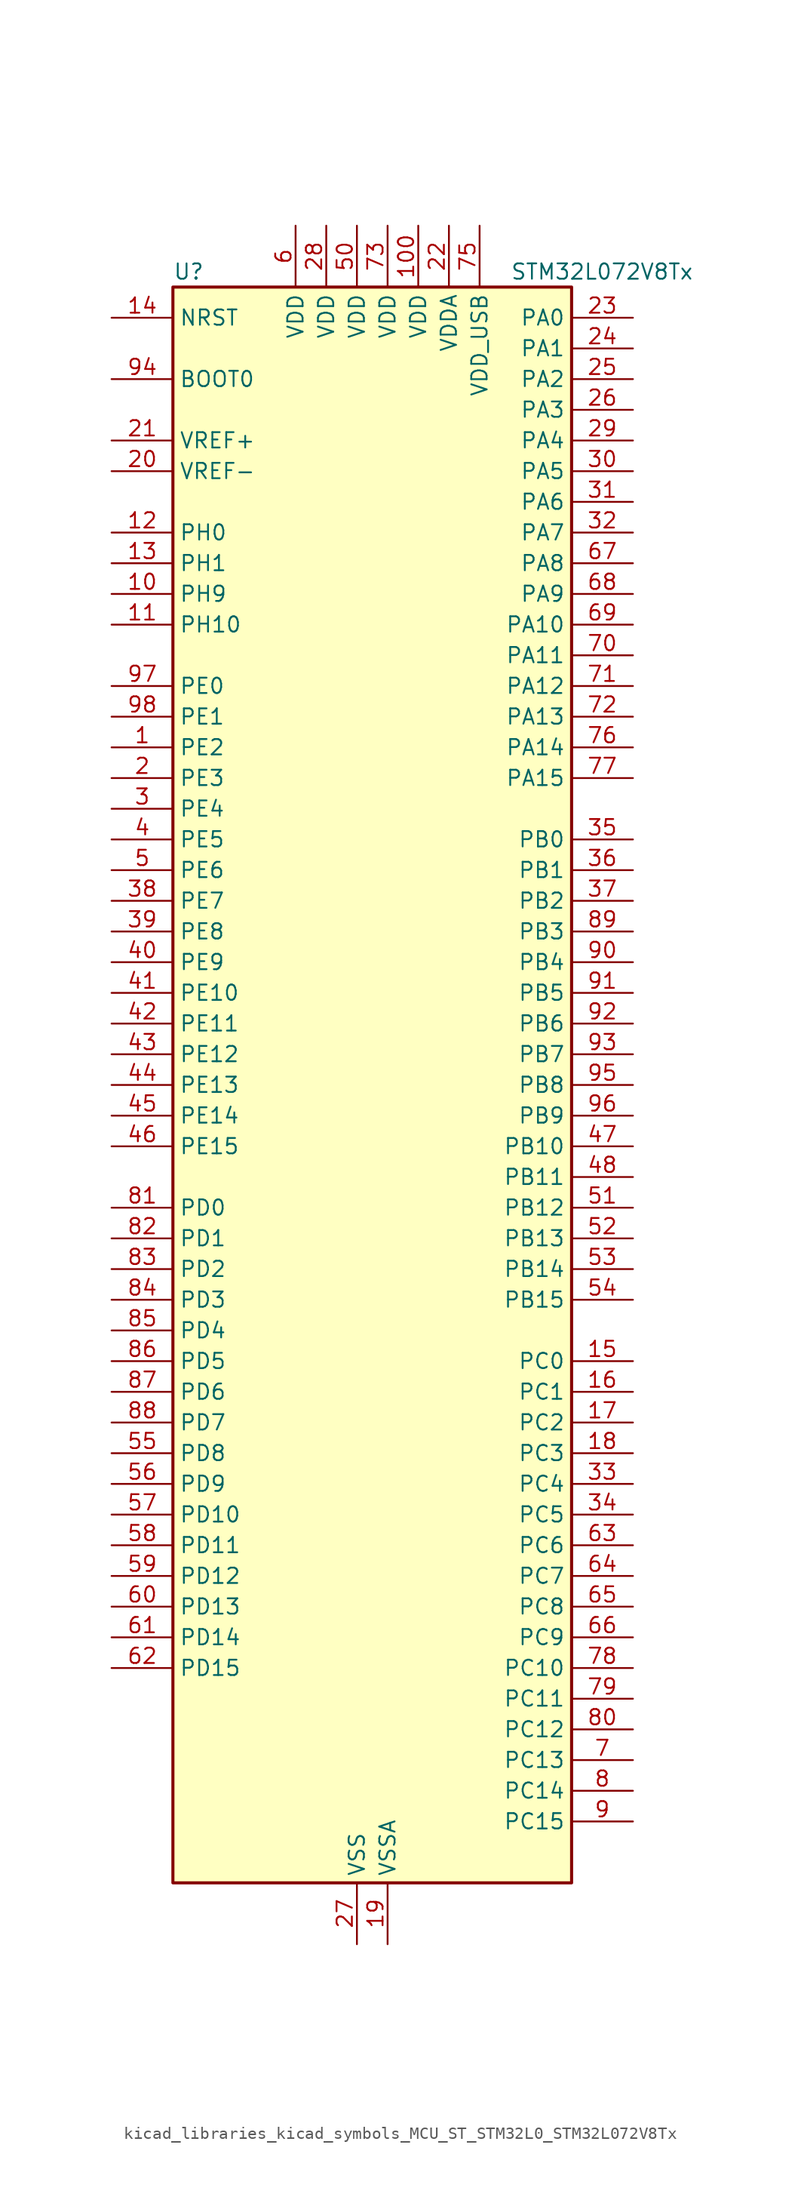
<source format=kicad_sym>
(kicad_symbol_lib
  (version 20220914)
  (generator kicad_symbol_editor)
  (symbol "kicad_libraries_kicad_symbols_MCU_ST_STM32L0_STM32L072V8Tx"
    (property "Reference" "U"
      (at -15.24 67.31 0)
      (effects (font (size 1.27 1.27)) (justify left)))
    (property "Value" "STM32L072V8Tx"
      (at 12.7 67.31 0)
      (effects (font (size 1.27 1.27)) (justify left)))
    (property "ki_locked" ""
      (at 0 0 0)
      (effects (font (size 1.27 1.27))))
    (symbol "kicad_libraries_kicad_symbols_MCU_ST_STM32L0_STM32L072V8Tx_0_1"
      (rectangle (start -15.24 -66.04) (end 17.78 66.04) (stroke (width 0.254) (type default)) (fill (type background))))
    (symbol "kicad_libraries_kicad_symbols_MCU_ST_STM32L0_STM32L072V8Tx_1_1"
      (pin bidirectional line (at -20.32 27.94 0) (length 5.08) (name "PE2" (effects (font (size 1.27 1.27)))) (number "1" (effects (font (size 1.27 1.27)))) (alternate "TIM3_ETR" bidirectional line))
      (pin bidirectional line (at -20.32 40.64 0) (length 5.08) (name "PH9" (effects (font (size 1.27 1.27)))) (number "10" (effects (font (size 1.27 1.27)))) (alternate "DAC_EXTI9" bidirectional line))
      (pin power_in line (at 5.08 71.12 270) (length 5.08) (name "VDD" (effects (font (size 1.27 1.27)))) (number "100" (effects (font (size 1.27 1.27)))))
      (pin bidirectional line (at -20.32 38.1 0) (length 5.08) (name "PH10" (effects (font (size 1.27 1.27)))) (number "11" (effects (font (size 1.27 1.27)))))
      (pin bidirectional line (at -20.32 45.72 0) (length 5.08) (name "PH0" (effects (font (size 1.27 1.27)))) (number "12" (effects (font (size 1.27 1.27)))) (alternate "CRS_SYNC" bidirectional line) (alternate "RCC_OSC_IN" bidirectional line))
      (pin bidirectional line (at -20.32 43.18 0) (length 5.08) (name "PH1" (effects (font (size 1.27 1.27)))) (number "13" (effects (font (size 1.27 1.27)))) (alternate "RCC_OSC_OUT" bidirectional line))
      (pin input line (at -20.32 63.5 0) (length 5.08) (name "NRST" (effects (font (size 1.27 1.27)))) (number "14" (effects (font (size 1.27 1.27)))))
      (pin bidirectional line (at 22.86 -22.86 180) (length 5.08) (name "PC0" (effects (font (size 1.27 1.27)))) (number "15" (effects (font (size 1.27 1.27)))) (alternate "ADC_IN10" bidirectional line) (alternate "I2C3_SCL" bidirectional line) (alternate "LPTIM1_IN1" bidirectional line) (alternate "LPUART1_RX" bidirectional line) (alternate "TSC_G7_IO1" bidirectional line))
      (pin bidirectional line (at 22.86 -25.4 180) (length 5.08) (name "PC1" (effects (font (size 1.27 1.27)))) (number "16" (effects (font (size 1.27 1.27)))) (alternate "ADC_IN11" bidirectional line) (alternate "I2C3_SDA" bidirectional line) (alternate "LPTIM1_OUT" bidirectional line) (alternate "LPUART1_TX" bidirectional line) (alternate "TSC_G7_IO2" bidirectional line))
      (pin bidirectional line (at 22.86 -27.94 180) (length 5.08) (name "PC2" (effects (font (size 1.27 1.27)))) (number "17" (effects (font (size 1.27 1.27)))) (alternate "ADC_IN12" bidirectional line) (alternate "I2S2_MCK" bidirectional line) (alternate "LPTIM1_IN2" bidirectional line) (alternate "SPI2_MISO" bidirectional line) (alternate "TSC_G7_IO3" bidirectional line))
      (pin bidirectional line (at 22.86 -30.48 180) (length 5.08) (name "PC3" (effects (font (size 1.27 1.27)))) (number "18" (effects (font (size 1.27 1.27)))) (alternate "ADC_IN13" bidirectional line) (alternate "I2S2_SD" bidirectional line) (alternate "LPTIM1_ETR" bidirectional line) (alternate "SPI2_MOSI" bidirectional line) (alternate "TSC_G7_IO4" bidirectional line))
      (pin power_in line (at 2.54 -71.12 90) (length 5.08) (name "VSSA" (effects (font (size 1.27 1.27)))) (number "19" (effects (font (size 1.27 1.27)))))
      (pin bidirectional line (at -20.32 25.4 0) (length 5.08) (name "PE3" (effects (font (size 1.27 1.27)))) (number "2" (effects (font (size 1.27 1.27)))) (alternate "TIM22_CH1" bidirectional line) (alternate "TIM3_CH1" bidirectional line))
      (pin input line (at -20.32 50.8 0) (length 5.08) (name "VREF-" (effects (font (size 1.27 1.27)))) (number "20" (effects (font (size 1.27 1.27)))))
      (pin input line (at -20.32 53.34 0) (length 5.08) (name "VREF+" (effects (font (size 1.27 1.27)))) (number "21" (effects (font (size 1.27 1.27)))))
      (pin power_in line (at 7.62 71.12 270) (length 5.08) (name "VDDA" (effects (font (size 1.27 1.27)))) (number "22" (effects (font (size 1.27 1.27)))))
      (pin bidirectional line (at 22.86 63.5 180) (length 5.08) (name "PA0" (effects (font (size 1.27 1.27)))) (number "23" (effects (font (size 1.27 1.27)))) (alternate "ADC_IN0" bidirectional line) (alternate "COMP1_INM" bidirectional line) (alternate "COMP1_OUT" bidirectional line) (alternate "RTC_TAMP2" bidirectional line) (alternate "SYS_WKUP1" bidirectional line) (alternate "TIM2_CH1" bidirectional line) (alternate "TIM2_ETR" bidirectional line) (alternate "TSC_G1_IO1" bidirectional line) (alternate "USART2_CTS" bidirectional line) (alternate "USART4_TX" bidirectional line))
      (pin bidirectional line (at 22.86 60.96 180) (length 5.08) (name "PA1" (effects (font (size 1.27 1.27)))) (number "24" (effects (font (size 1.27 1.27)))) (alternate "ADC_IN1" bidirectional line) (alternate "COMP1_INP" bidirectional line) (alternate "TIM21_ETR" bidirectional line) (alternate "TIM2_CH2" bidirectional line) (alternate "TSC_G1_IO2" bidirectional line) (alternate "USART2_DE" bidirectional line) (alternate "USART2_RTS" bidirectional line) (alternate "USART4_RX" bidirectional line))
      (pin bidirectional line (at 22.86 58.42 180) (length 5.08) (name "PA2" (effects (font (size 1.27 1.27)))) (number "25" (effects (font (size 1.27 1.27)))) (alternate "ADC_IN2" bidirectional line) (alternate "COMP2_INM" bidirectional line) (alternate "COMP2_OUT" bidirectional line) (alternate "LPUART1_TX" bidirectional line) (alternate "TIM21_CH1" bidirectional line) (alternate "TIM2_CH3" bidirectional line) (alternate "TSC_G1_IO3" bidirectional line) (alternate "USART2_TX" bidirectional line))
      (pin bidirectional line (at 22.86 55.88 180) (length 5.08) (name "PA3" (effects (font (size 1.27 1.27)))) (number "26" (effects (font (size 1.27 1.27)))) (alternate "ADC_IN3" bidirectional line) (alternate "COMP2_INP" bidirectional line) (alternate "LPUART1_RX" bidirectional line) (alternate "TIM21_CH2" bidirectional line) (alternate "TIM2_CH4" bidirectional line) (alternate "TSC_G1_IO4" bidirectional line) (alternate "USART2_RX" bidirectional line))
      (pin power_in line (at 0 -71.12 90) (length 5.08) (name "VSS" (effects (font (size 1.27 1.27)))) (number "27" (effects (font (size 1.27 1.27)))))
      (pin power_in line (at -2.54 71.12 270) (length 5.08) (name "VDD" (effects (font (size 1.27 1.27)))) (number "28" (effects (font (size 1.27 1.27)))))
      (pin bidirectional line (at 22.86 53.34 180) (length 5.08) (name "PA4" (effects (font (size 1.27 1.27)))) (number "29" (effects (font (size 1.27 1.27)))) (alternate "ADC_IN4" bidirectional line) (alternate "COMP1_INM" bidirectional line) (alternate "COMP2_INM" bidirectional line) (alternate "DAC_OUT1" bidirectional line) (alternate "SPI1_NSS" bidirectional line) (alternate "TIM22_ETR" bidirectional line) (alternate "TSC_G2_IO1" bidirectional line) (alternate "USART2_CK" bidirectional line))
      (pin bidirectional line (at -20.32 22.86 0) (length 5.08) (name "PE4" (effects (font (size 1.27 1.27)))) (number "3" (effects (font (size 1.27 1.27)))) (alternate "TIM22_CH2" bidirectional line) (alternate "TIM3_CH2" bidirectional line))
      (pin bidirectional line (at 22.86 50.8 180) (length 5.08) (name "PA5" (effects (font (size 1.27 1.27)))) (number "30" (effects (font (size 1.27 1.27)))) (alternate "ADC_IN5" bidirectional line) (alternate "COMP1_INM" bidirectional line) (alternate "COMP2_INM" bidirectional line) (alternate "DAC_OUT2" bidirectional line) (alternate "SPI1_SCK" bidirectional line) (alternate "TIM2_CH1" bidirectional line) (alternate "TIM2_ETR" bidirectional line) (alternate "TSC_G2_IO2" bidirectional line))
      (pin bidirectional line (at 22.86 48.26 180) (length 5.08) (name "PA6" (effects (font (size 1.27 1.27)))) (number "31" (effects (font (size 1.27 1.27)))) (alternate "ADC_IN6" bidirectional line) (alternate "COMP1_OUT" bidirectional line) (alternate "LPUART1_CTS" bidirectional line) (alternate "SPI1_MISO" bidirectional line) (alternate "TIM22_CH1" bidirectional line) (alternate "TIM3_CH1" bidirectional line) (alternate "TSC_G2_IO3" bidirectional line))
      (pin bidirectional line (at 22.86 45.72 180) (length 5.08) (name "PA7" (effects (font (size 1.27 1.27)))) (number "32" (effects (font (size 1.27 1.27)))) (alternate "ADC_IN7" bidirectional line) (alternate "COMP2_OUT" bidirectional line) (alternate "SPI1_MOSI" bidirectional line) (alternate "TIM22_CH2" bidirectional line) (alternate "TIM3_CH2" bidirectional line) (alternate "TSC_G2_IO4" bidirectional line))
      (pin bidirectional line (at 22.86 -33.02 180) (length 5.08) (name "PC4" (effects (font (size 1.27 1.27)))) (number "33" (effects (font (size 1.27 1.27)))) (alternate "ADC_IN14" bidirectional line) (alternate "LPUART1_TX" bidirectional line))
      (pin bidirectional line (at 22.86 -35.56 180) (length 5.08) (name "PC5" (effects (font (size 1.27 1.27)))) (number "34" (effects (font (size 1.27 1.27)))) (alternate "ADC_IN15" bidirectional line) (alternate "LPUART1_RX" bidirectional line) (alternate "TSC_G3_IO1" bidirectional line))
      (pin bidirectional line (at 22.86 20.32 180) (length 5.08) (name "PB0" (effects (font (size 1.27 1.27)))) (number "35" (effects (font (size 1.27 1.27)))) (alternate "ADC_IN8" bidirectional line) (alternate "SYS_VREF_OUT_PB0" bidirectional line) (alternate "TIM3_CH3" bidirectional line) (alternate "TSC_G3_IO2" bidirectional line))
      (pin bidirectional line (at 22.86 17.78 180) (length 5.08) (name "PB1" (effects (font (size 1.27 1.27)))) (number "36" (effects (font (size 1.27 1.27)))) (alternate "ADC_IN9" bidirectional line) (alternate "LPUART1_DE" bidirectional line) (alternate "LPUART1_RTS" bidirectional line) (alternate "SYS_VREF_OUT_PB1" bidirectional line) (alternate "TIM3_CH4" bidirectional line) (alternate "TSC_G3_IO3" bidirectional line))
      (pin bidirectional line (at 22.86 15.24 180) (length 5.08) (name "PB2" (effects (font (size 1.27 1.27)))) (number "37" (effects (font (size 1.27 1.27)))) (alternate "I2C3_SMBA" bidirectional line) (alternate "LPTIM1_OUT" bidirectional line) (alternate "TSC_G3_IO4" bidirectional line))
      (pin bidirectional line (at -20.32 15.24 0) (length 5.08) (name "PE7" (effects (font (size 1.27 1.27)))) (number "38" (effects (font (size 1.27 1.27)))) (alternate "USART5_CK" bidirectional line) (alternate "USART5_DE" bidirectional line) (alternate "USART5_RTS" bidirectional line))
      (pin bidirectional line (at -20.32 12.7 0) (length 5.08) (name "PE8" (effects (font (size 1.27 1.27)))) (number "39" (effects (font (size 1.27 1.27)))) (alternate "USART4_TX" bidirectional line))
      (pin bidirectional line (at -20.32 20.32 0) (length 5.08) (name "PE5" (effects (font (size 1.27 1.27)))) (number "4" (effects (font (size 1.27 1.27)))) (alternate "TIM21_CH1" bidirectional line) (alternate "TIM3_CH3" bidirectional line))
      (pin bidirectional line (at -20.32 10.16 0) (length 5.08) (name "PE9" (effects (font (size 1.27 1.27)))) (number "40" (effects (font (size 1.27 1.27)))) (alternate "DAC_EXTI9" bidirectional line) (alternate "TIM2_CH1" bidirectional line) (alternate "TIM2_ETR" bidirectional line) (alternate "USART4_RX" bidirectional line))
      (pin bidirectional line (at -20.32 7.62 0) (length 5.08) (name "PE10" (effects (font (size 1.27 1.27)))) (number "41" (effects (font (size 1.27 1.27)))) (alternate "TIM2_CH2" bidirectional line) (alternate "USART5_TX" bidirectional line))
      (pin bidirectional line (at -20.32 5.08 0) (length 5.08) (name "PE11" (effects (font (size 1.27 1.27)))) (number "42" (effects (font (size 1.27 1.27)))) (alternate "ADC_EXTI11" bidirectional line) (alternate "TIM2_CH3" bidirectional line) (alternate "USART5_RX" bidirectional line))
      (pin bidirectional line (at -20.32 2.54 0) (length 5.08) (name "PE12" (effects (font (size 1.27 1.27)))) (number "43" (effects (font (size 1.27 1.27)))) (alternate "SPI1_NSS" bidirectional line) (alternate "TIM2_CH4" bidirectional line))
      (pin bidirectional line (at -20.32 0 0) (length 5.08) (name "PE13" (effects (font (size 1.27 1.27)))) (number "44" (effects (font (size 1.27 1.27)))) (alternate "SPI1_SCK" bidirectional line))
      (pin bidirectional line (at -20.32 -2.54 0) (length 5.08) (name "PE14" (effects (font (size 1.27 1.27)))) (number "45" (effects (font (size 1.27 1.27)))) (alternate "SPI1_MISO" bidirectional line))
      (pin bidirectional line (at -20.32 -5.08 0) (length 5.08) (name "PE15" (effects (font (size 1.27 1.27)))) (number "46" (effects (font (size 1.27 1.27)))) (alternate "SPI1_MOSI" bidirectional line))
      (pin bidirectional line (at 22.86 -5.08 180) (length 5.08) (name "PB10" (effects (font (size 1.27 1.27)))) (number "47" (effects (font (size 1.27 1.27)))) (alternate "I2C2_SCL" bidirectional line) (alternate "LPUART1_RX" bidirectional line) (alternate "LPUART1_TX" bidirectional line) (alternate "SPI2_SCK" bidirectional line) (alternate "TIM2_CH3" bidirectional line) (alternate "TSC_SYNC" bidirectional line))
      (pin bidirectional line (at 22.86 -7.62 180) (length 5.08) (name "PB11" (effects (font (size 1.27 1.27)))) (number "48" (effects (font (size 1.27 1.27)))) (alternate "ADC_EXTI11" bidirectional line) (alternate "I2C2_SDA" bidirectional line) (alternate "LPUART1_RX" bidirectional line) (alternate "LPUART1_TX" bidirectional line) (alternate "TIM2_CH4" bidirectional line) (alternate "TSC_G6_IO1" bidirectional line))
      (pin passive line (at 0 -71.12 90) (length 5.08) hide (name "VSS" (effects (font (size 1.27 1.27)))) (number "49" (effects (font (size 1.27 1.27)))))
      (pin bidirectional line (at -20.32 17.78 0) (length 5.08) (name "PE6" (effects (font (size 1.27 1.27)))) (number "5" (effects (font (size 1.27 1.27)))) (alternate "RTC_TAMP3" bidirectional line) (alternate "SYS_WKUP3" bidirectional line) (alternate "TIM21_CH2" bidirectional line) (alternate "TIM3_CH4" bidirectional line))
      (pin power_in line (at 0 71.12 270) (length 5.08) (name "VDD" (effects (font (size 1.27 1.27)))) (number "50" (effects (font (size 1.27 1.27)))))
      (pin bidirectional line (at 22.86 -10.16 180) (length 5.08) (name "PB12" (effects (font (size 1.27 1.27)))) (number "51" (effects (font (size 1.27 1.27)))) (alternate "I2S2_WS" bidirectional line) (alternate "LPUART1_DE" bidirectional line) (alternate "LPUART1_RTS" bidirectional line) (alternate "SPI2_NSS" bidirectional line) (alternate "TSC_G6_IO2" bidirectional line))
      (pin bidirectional line (at 22.86 -12.7 180) (length 5.08) (name "PB13" (effects (font (size 1.27 1.27)))) (number "52" (effects (font (size 1.27 1.27)))) (alternate "I2C2_SCL" bidirectional line) (alternate "I2S2_CK" bidirectional line) (alternate "LPUART1_CTS" bidirectional line) (alternate "RCC_MCO" bidirectional line) (alternate "SPI2_SCK" bidirectional line) (alternate "TIM21_CH1" bidirectional line) (alternate "TSC_G6_IO3" bidirectional line))
      (pin bidirectional line (at 22.86 -15.24 180) (length 5.08) (name "PB14" (effects (font (size 1.27 1.27)))) (number "53" (effects (font (size 1.27 1.27)))) (alternate "I2C2_SDA" bidirectional line) (alternate "I2S2_MCK" bidirectional line) (alternate "LPUART1_DE" bidirectional line) (alternate "LPUART1_RTS" bidirectional line) (alternate "RTC_OUT_ALARM" bidirectional line) (alternate "RTC_OUT_CALIB" bidirectional line) (alternate "SPI2_MISO" bidirectional line) (alternate "TIM21_CH2" bidirectional line) (alternate "TSC_G6_IO4" bidirectional line))
      (pin bidirectional line (at 22.86 -17.78 180) (length 5.08) (name "PB15" (effects (font (size 1.27 1.27)))) (number "54" (effects (font (size 1.27 1.27)))) (alternate "I2S2_SD" bidirectional line) (alternate "RTC_REFIN" bidirectional line) (alternate "SPI2_MOSI" bidirectional line))
      (pin bidirectional line (at -20.32 -30.48 0) (length 5.08) (name "PD8" (effects (font (size 1.27 1.27)))) (number "55" (effects (font (size 1.27 1.27)))) (alternate "LPUART1_TX" bidirectional line))
      (pin bidirectional line (at -20.32 -33.02 0) (length 5.08) (name "PD9" (effects (font (size 1.27 1.27)))) (number "56" (effects (font (size 1.27 1.27)))) (alternate "DAC_EXTI9" bidirectional line) (alternate "LPUART1_RX" bidirectional line))
      (pin bidirectional line (at -20.32 -35.56 0) (length 5.08) (name "PD10" (effects (font (size 1.27 1.27)))) (number "57" (effects (font (size 1.27 1.27)))))
      (pin bidirectional line (at -20.32 -38.1 0) (length 5.08) (name "PD11" (effects (font (size 1.27 1.27)))) (number "58" (effects (font (size 1.27 1.27)))) (alternate "ADC_EXTI11" bidirectional line) (alternate "LPUART1_CTS" bidirectional line))
      (pin bidirectional line (at -20.32 -40.64 0) (length 5.08) (name "PD12" (effects (font (size 1.27 1.27)))) (number "59" (effects (font (size 1.27 1.27)))) (alternate "LPUART1_DE" bidirectional line) (alternate "LPUART1_RTS" bidirectional line))
      (pin power_in line (at -5.08 71.12 270) (length 5.08) (name "VDD" (effects (font (size 1.27 1.27)))) (number "6" (effects (font (size 1.27 1.27)))))
      (pin bidirectional line (at -20.32 -43.18 0) (length 5.08) (name "PD13" (effects (font (size 1.27 1.27)))) (number "60" (effects (font (size 1.27 1.27)))))
      (pin bidirectional line (at -20.32 -45.72 0) (length 5.08) (name "PD14" (effects (font (size 1.27 1.27)))) (number "61" (effects (font (size 1.27 1.27)))))
      (pin bidirectional line (at -20.32 -48.26 0) (length 5.08) (name "PD15" (effects (font (size 1.27 1.27)))) (number "62" (effects (font (size 1.27 1.27)))) (alternate "CRS_SYNC" bidirectional line))
      (pin bidirectional line (at 22.86 -38.1 180) (length 5.08) (name "PC6" (effects (font (size 1.27 1.27)))) (number "63" (effects (font (size 1.27 1.27)))) (alternate "TIM22_CH1" bidirectional line) (alternate "TIM3_CH1" bidirectional line) (alternate "TSC_G8_IO1" bidirectional line))
      (pin bidirectional line (at 22.86 -40.64 180) (length 5.08) (name "PC7" (effects (font (size 1.27 1.27)))) (number "64" (effects (font (size 1.27 1.27)))) (alternate "TIM22_CH2" bidirectional line) (alternate "TIM3_CH2" bidirectional line) (alternate "TSC_G8_IO2" bidirectional line))
      (pin bidirectional line (at 22.86 -43.18 180) (length 5.08) (name "PC8" (effects (font (size 1.27 1.27)))) (number "65" (effects (font (size 1.27 1.27)))) (alternate "TIM22_ETR" bidirectional line) (alternate "TIM3_CH3" bidirectional line) (alternate "TSC_G8_IO3" bidirectional line))
      (pin bidirectional line (at 22.86 -45.72 180) (length 5.08) (name "PC9" (effects (font (size 1.27 1.27)))) (number "66" (effects (font (size 1.27 1.27)))) (alternate "DAC_EXTI9" bidirectional line) (alternate "I2C3_SDA" bidirectional line) (alternate "TIM21_ETR" bidirectional line) (alternate "TIM3_CH4" bidirectional line) (alternate "TSC_G8_IO4" bidirectional line) (alternate "USB_NOE" bidirectional line))
      (pin bidirectional line (at 22.86 43.18 180) (length 5.08) (name "PA8" (effects (font (size 1.27 1.27)))) (number "67" (effects (font (size 1.27 1.27)))) (alternate "CRS_SYNC" bidirectional line) (alternate "I2C3_SCL" bidirectional line) (alternate "RCC_MCO" bidirectional line) (alternate "USART1_CK" bidirectional line))
      (pin bidirectional line (at 22.86 40.64 180) (length 5.08) (name "PA9" (effects (font (size 1.27 1.27)))) (number "68" (effects (font (size 1.27 1.27)))) (alternate "DAC_EXTI9" bidirectional line) (alternate "I2C1_SCL" bidirectional line) (alternate "I2C3_SMBA" bidirectional line) (alternate "RCC_MCO" bidirectional line) (alternate "TSC_G4_IO1" bidirectional line) (alternate "USART1_TX" bidirectional line))
      (pin bidirectional line (at 22.86 38.1 180) (length 5.08) (name "PA10" (effects (font (size 1.27 1.27)))) (number "69" (effects (font (size 1.27 1.27)))) (alternate "I2C1_SDA" bidirectional line) (alternate "TSC_G4_IO2" bidirectional line) (alternate "USART1_RX" bidirectional line))
      (pin bidirectional line (at 22.86 -55.88 180) (length 5.08) (name "PC13" (effects (font (size 1.27 1.27)))) (number "7" (effects (font (size 1.27 1.27)))) (alternate "RTC_OUT_ALARM" bidirectional line) (alternate "RTC_OUT_CALIB" bidirectional line) (alternate "RTC_TAMP1" bidirectional line) (alternate "RTC_TS" bidirectional line) (alternate "SYS_WKUP2" bidirectional line))
      (pin bidirectional line (at 22.86 35.56 180) (length 5.08) (name "PA11" (effects (font (size 1.27 1.27)))) (number "70" (effects (font (size 1.27 1.27)))) (alternate "ADC_EXTI11" bidirectional line) (alternate "COMP1_OUT" bidirectional line) (alternate "SPI1_MISO" bidirectional line) (alternate "TSC_G4_IO3" bidirectional line) (alternate "USART1_CTS" bidirectional line) (alternate "USB_DM" bidirectional line))
      (pin bidirectional line (at 22.86 33.02 180) (length 5.08) (name "PA12" (effects (font (size 1.27 1.27)))) (number "71" (effects (font (size 1.27 1.27)))) (alternate "COMP2_OUT" bidirectional line) (alternate "SPI1_MOSI" bidirectional line) (alternate "TSC_G4_IO4" bidirectional line) (alternate "USART1_DE" bidirectional line) (alternate "USART1_RTS" bidirectional line) (alternate "USB_DP" bidirectional line))
      (pin bidirectional line (at 22.86 30.48 180) (length 5.08) (name "PA13" (effects (font (size 1.27 1.27)))) (number "72" (effects (font (size 1.27 1.27)))) (alternate "LPUART1_RX" bidirectional line) (alternate "SYS_SWDIO" bidirectional line) (alternate "USB_NOE" bidirectional line))
      (pin power_in line (at 2.54 71.12 270) (length 5.08) (name "VDD" (effects (font (size 1.27 1.27)))) (number "73" (effects (font (size 1.27 1.27)))))
      (pin passive line (at 0 -71.12 90) (length 5.08) hide (name "VSS" (effects (font (size 1.27 1.27)))) (number "74" (effects (font (size 1.27 1.27)))))
      (pin power_in line (at 10.16 71.12 270) (length 5.08) (name "VDD_USB" (effects (font (size 1.27 1.27)))) (number "75" (effects (font (size 1.27 1.27)))))
      (pin bidirectional line (at 22.86 27.94 180) (length 5.08) (name "PA14" (effects (font (size 1.27 1.27)))) (number "76" (effects (font (size 1.27 1.27)))) (alternate "LPUART1_TX" bidirectional line) (alternate "SYS_SWCLK" bidirectional line) (alternate "USART2_TX" bidirectional line))
      (pin bidirectional line (at 22.86 25.4 180) (length 5.08) (name "PA15" (effects (font (size 1.27 1.27)))) (number "77" (effects (font (size 1.27 1.27)))) (alternate "SPI1_NSS" bidirectional line) (alternate "TIM2_CH1" bidirectional line) (alternate "TIM2_ETR" bidirectional line) (alternate "USART2_RX" bidirectional line) (alternate "USART4_DE" bidirectional line) (alternate "USART4_RTS" bidirectional line))
      (pin bidirectional line (at 22.86 -48.26 180) (length 5.08) (name "PC10" (effects (font (size 1.27 1.27)))) (number "78" (effects (font (size 1.27 1.27)))) (alternate "LPUART1_TX" bidirectional line) (alternate "USART4_TX" bidirectional line))
      (pin bidirectional line (at 22.86 -50.8 180) (length 5.08) (name "PC11" (effects (font (size 1.27 1.27)))) (number "79" (effects (font (size 1.27 1.27)))) (alternate "ADC_EXTI11" bidirectional line) (alternate "LPUART1_RX" bidirectional line) (alternate "USART4_RX" bidirectional line))
      (pin bidirectional line (at 22.86 -58.42 180) (length 5.08) (name "PC14" (effects (font (size 1.27 1.27)))) (number "8" (effects (font (size 1.27 1.27)))) (alternate "RCC_OSC32_IN" bidirectional line))
      (pin bidirectional line (at 22.86 -53.34 180) (length 5.08) (name "PC12" (effects (font (size 1.27 1.27)))) (number "80" (effects (font (size 1.27 1.27)))) (alternate "USART4_CK" bidirectional line) (alternate "USART5_TX" bidirectional line))
      (pin bidirectional line (at -20.32 -10.16 0) (length 5.08) (name "PD0" (effects (font (size 1.27 1.27)))) (number "81" (effects (font (size 1.27 1.27)))) (alternate "I2S2_WS" bidirectional line) (alternate "SPI2_NSS" bidirectional line) (alternate "TIM21_CH1" bidirectional line))
      (pin bidirectional line (at -20.32 -12.7 0) (length 5.08) (name "PD1" (effects (font (size 1.27 1.27)))) (number "82" (effects (font (size 1.27 1.27)))) (alternate "I2S2_CK" bidirectional line) (alternate "SPI2_SCK" bidirectional line))
      (pin bidirectional line (at -20.32 -15.24 0) (length 5.08) (name "PD2" (effects (font (size 1.27 1.27)))) (number "83" (effects (font (size 1.27 1.27)))) (alternate "LPUART1_DE" bidirectional line) (alternate "LPUART1_RTS" bidirectional line) (alternate "TIM3_ETR" bidirectional line) (alternate "USART5_RX" bidirectional line))
      (pin bidirectional line (at -20.32 -17.78 0) (length 5.08) (name "PD3" (effects (font (size 1.27 1.27)))) (number "84" (effects (font (size 1.27 1.27)))) (alternate "I2S2_MCK" bidirectional line) (alternate "SPI2_MISO" bidirectional line) (alternate "USART2_CTS" bidirectional line))
      (pin bidirectional line (at -20.32 -20.32 0) (length 5.08) (name "PD4" (effects (font (size 1.27 1.27)))) (number "85" (effects (font (size 1.27 1.27)))) (alternate "I2S2_SD" bidirectional line) (alternate "SPI2_MOSI" bidirectional line) (alternate "USART2_DE" bidirectional line) (alternate "USART2_RTS" bidirectional line))
      (pin bidirectional line (at -20.32 -22.86 0) (length 5.08) (name "PD5" (effects (font (size 1.27 1.27)))) (number "86" (effects (font (size 1.27 1.27)))) (alternate "USART2_TX" bidirectional line))
      (pin bidirectional line (at -20.32 -25.4 0) (length 5.08) (name "PD6" (effects (font (size 1.27 1.27)))) (number "87" (effects (font (size 1.27 1.27)))) (alternate "USART2_RX" bidirectional line))
      (pin bidirectional line (at -20.32 -27.94 0) (length 5.08) (name "PD7" (effects (font (size 1.27 1.27)))) (number "88" (effects (font (size 1.27 1.27)))) (alternate "TIM21_CH2" bidirectional line) (alternate "USART2_CK" bidirectional line))
      (pin bidirectional line (at 22.86 12.7 180) (length 5.08) (name "PB3" (effects (font (size 1.27 1.27)))) (number "89" (effects (font (size 1.27 1.27)))) (alternate "COMP2_INM" bidirectional line) (alternate "SPI1_SCK" bidirectional line) (alternate "TIM2_CH2" bidirectional line) (alternate "TSC_G5_IO1" bidirectional line) (alternate "USART1_DE" bidirectional line) (alternate "USART1_RTS" bidirectional line) (alternate "USART5_TX" bidirectional line))
      (pin bidirectional line (at 22.86 -60.96 180) (length 5.08) (name "PC15" (effects (font (size 1.27 1.27)))) (number "9" (effects (font (size 1.27 1.27)))) (alternate "RCC_OSC32_OUT" bidirectional line))
      (pin bidirectional line (at 22.86 10.16 180) (length 5.08) (name "PB4" (effects (font (size 1.27 1.27)))) (number "90" (effects (font (size 1.27 1.27)))) (alternate "COMP2_INP" bidirectional line) (alternate "I2C3_SDA" bidirectional line) (alternate "SPI1_MISO" bidirectional line) (alternate "TIM22_CH1" bidirectional line) (alternate "TIM3_CH1" bidirectional line) (alternate "TSC_G5_IO2" bidirectional line) (alternate "USART1_CTS" bidirectional line) (alternate "USART5_RX" bidirectional line))
      (pin bidirectional line (at 22.86 7.62 180) (length 5.08) (name "PB5" (effects (font (size 1.27 1.27)))) (number "91" (effects (font (size 1.27 1.27)))) (alternate "COMP2_INP" bidirectional line) (alternate "I2C1_SMBA" bidirectional line) (alternate "LPTIM1_IN1" bidirectional line) (alternate "SPI1_MOSI" bidirectional line) (alternate "TIM22_CH2" bidirectional line) (alternate "TIM3_CH2" bidirectional line) (alternate "USART1_CK" bidirectional line) (alternate "USART5_CK" bidirectional line) (alternate "USART5_DE" bidirectional line) (alternate "USART5_RTS" bidirectional line))
      (pin bidirectional line (at 22.86 5.08 180) (length 5.08) (name "PB6" (effects (font (size 1.27 1.27)))) (number "92" (effects (font (size 1.27 1.27)))) (alternate "COMP2_INP" bidirectional line) (alternate "I2C1_SCL" bidirectional line) (alternate "LPTIM1_ETR" bidirectional line) (alternate "TSC_G5_IO3" bidirectional line) (alternate "USART1_TX" bidirectional line))
      (pin bidirectional line (at 22.86 2.54 180) (length 5.08) (name "PB7" (effects (font (size 1.27 1.27)))) (number "93" (effects (font (size 1.27 1.27)))) (alternate "COMP2_INP" bidirectional line) (alternate "I2C1_SDA" bidirectional line) (alternate "LPTIM1_IN2" bidirectional line) (alternate "SYS_PVD_IN" bidirectional line) (alternate "TSC_G5_IO4" bidirectional line) (alternate "USART1_RX" bidirectional line) (alternate "USART4_CTS" bidirectional line))
      (pin input line (at -20.32 58.42 0) (length 5.08) (name "BOOT0" (effects (font (size 1.27 1.27)))) (number "94" (effects (font (size 1.27 1.27)))))
      (pin bidirectional line (at 22.86 0 180) (length 5.08) (name "PB8" (effects (font (size 1.27 1.27)))) (number "95" (effects (font (size 1.27 1.27)))) (alternate "I2C1_SCL" bidirectional line) (alternate "TSC_SYNC" bidirectional line))
      (pin bidirectional line (at 22.86 -2.54 180) (length 5.08) (name "PB9" (effects (font (size 1.27 1.27)))) (number "96" (effects (font (size 1.27 1.27)))) (alternate "DAC_EXTI9" bidirectional line) (alternate "I2C1_SDA" bidirectional line) (alternate "I2S2_WS" bidirectional line) (alternate "SPI2_NSS" bidirectional line))
      (pin bidirectional line (at -20.32 33.02 0) (length 5.08) (name "PE0" (effects (font (size 1.27 1.27)))) (number "97" (effects (font (size 1.27 1.27)))))
      (pin bidirectional line (at -20.32 30.48 0) (length 5.08) (name "PE1" (effects (font (size 1.27 1.27)))) (number "98" (effects (font (size 1.27 1.27)))))
      (pin passive line (at 0 -71.12 90) (length 5.08) hide (name "VSS" (effects (font (size 1.27 1.27)))) (number "99" (effects (font (size 1.27 1.27))))))))
</source>
